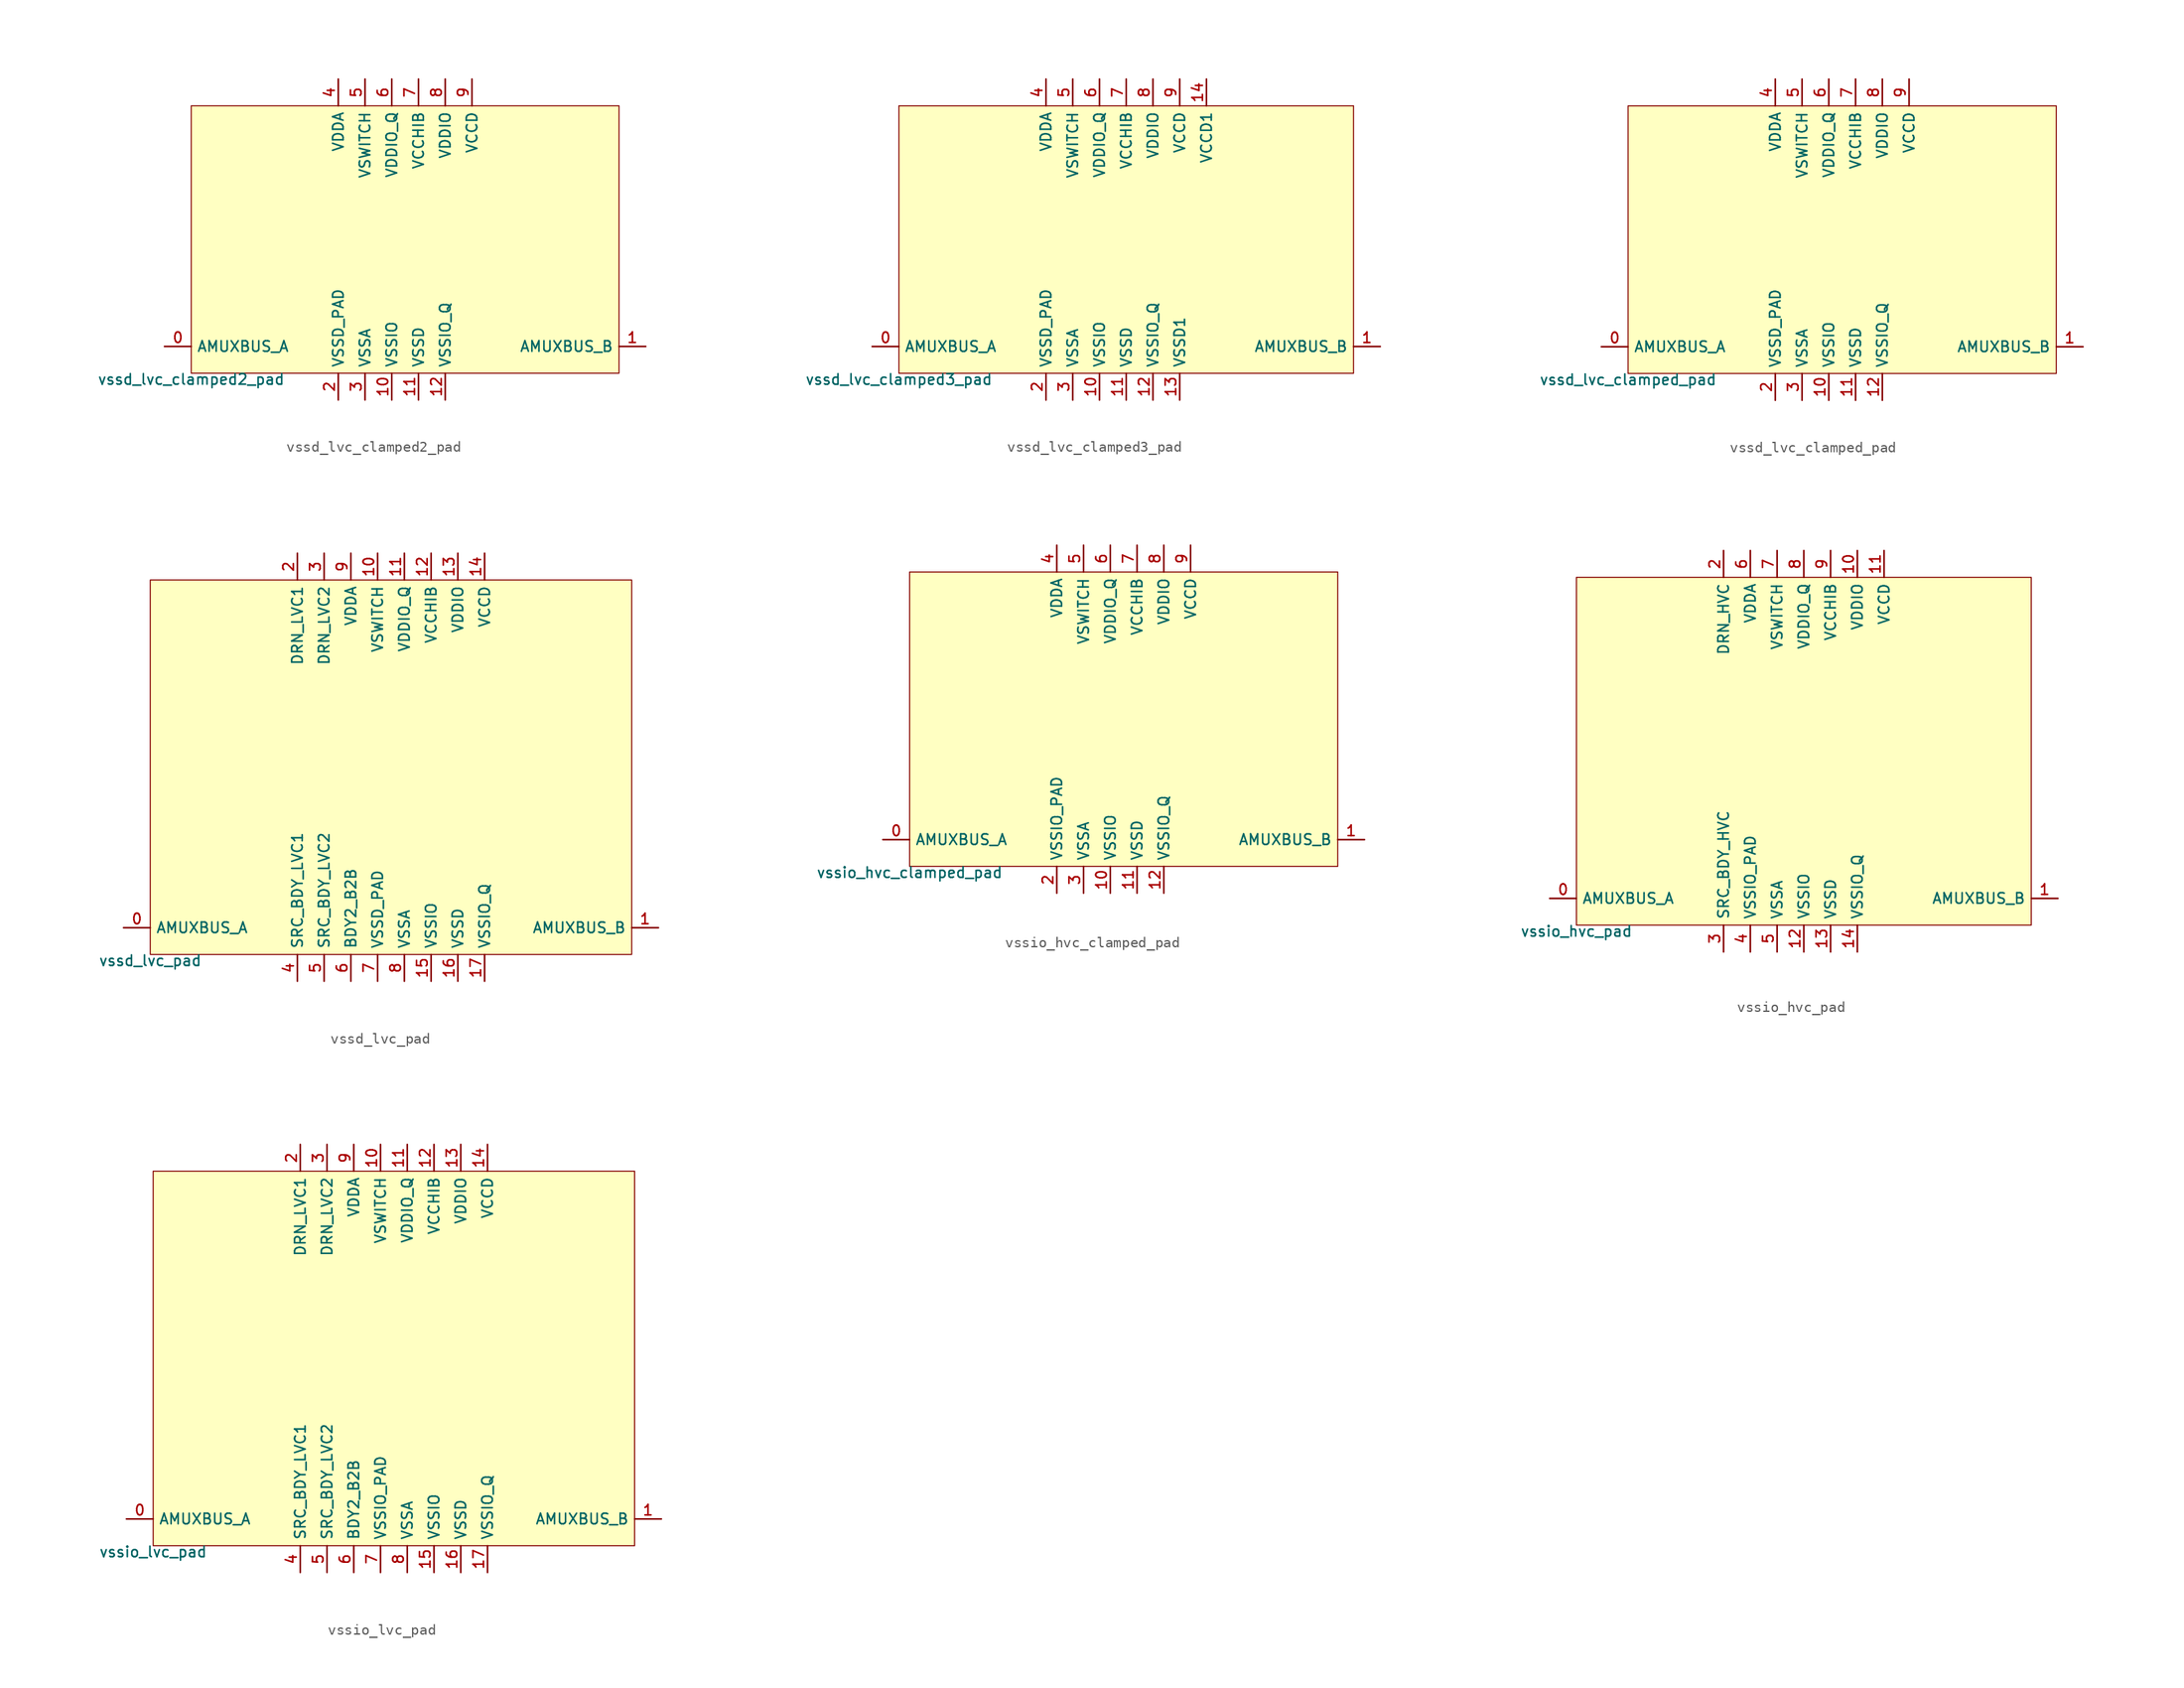
<source format=kicad_sym>
(kicad_symbol_lib
  (version 20211014)
  (generator lef2kicad_sym)
  (symbol "vssd_lvc_clamped2_pad"
    (property "Reference" "CELL"
      (at 0 0 0)
      (effects (font (size 1 1)) hide))
    (property "Value" "vssd_lvc_clamped2_pad"
      (at -20.32 -12.7 0)
      (effects (font (size 1 1)) (justify top)))
    (rectangle
      (start -20.32 -12.7)
      (end 20.32 12.7)
      (stroke (width 0.1) (type solid) (color 0 0 0 0))
      (fill (type background)))
    (pin bidirectional line
      (at -22.86 -10.16 0)
      (length 2.54)
      (name "AMUXBUS_A" (effects (font (size 1 1)) hide))
      (number "0" (effects (font (size 1 1)) hide)))
    (pin bidirectional line
      (at 22.86 -10.16 180)
      (length 2.54)
      (name "AMUXBUS_B" (effects (font (size 1 1)) hide))
      (number "1" (effects (font (size 1 1)) hide)))
    (pin power_in line
      (at -6.35 -15.24 90)
      (length 2.54)
      (name "VSSD_PAD" (effects (font (size 1 1)) hide))
      (number "2" (effects (font (size 1 1)) hide)))
    (pin power_in line
      (at -3.81 -15.24 90)
      (length 2.54)
      (name "VSSA" (effects (font (size 1 1)) hide))
      (number "3" (effects (font (size 1 1)) hide)))
    (pin power_in line
      (at -6.35 15.24 270)
      (length 2.54)
      (name "VDDA" (effects (font (size 1 1)) hide))
      (number "4" (effects (font (size 1 1)) hide)))
    (pin power_in line
      (at -3.81 15.24 270)
      (length 2.54)
      (name "VSWITCH" (effects (font (size 1 1)) hide))
      (number "5" (effects (font (size 1 1)) hide)))
    (pin power_in line
      (at -1.27 15.24 270)
      (length 2.54)
      (name "VDDIO_Q" (effects (font (size 1 1)) hide))
      (number "6" (effects (font (size 1 1)) hide)))
    (pin power_in line
      (at 1.27 15.24 270)
      (length 2.54)
      (name "VCCHIB" (effects (font (size 1 1)) hide))
      (number "7" (effects (font (size 1 1)) hide)))
    (pin power_in line
      (at 3.81 15.24 270)
      (length 2.54)
      (name "VDDIO" (effects (font (size 1 1)) hide))
      (number "8" (effects (font (size 1 1)) hide)))
    (pin power_in line
      (at 6.35 15.24 270)
      (length 2.54)
      (name "VCCD" (effects (font (size 1 1)) hide))
      (number "9" (effects (font (size 1 1)) hide)))
    (pin power_in line
      (at -1.27 -15.24 90)
      (length 2.54)
      (name "VSSIO" (effects (font (size 1 1)) hide))
      (number "10" (effects (font (size 1 1)) hide)))
    (pin power_in line
      (at 1.27 -15.24 90)
      (length 2.54)
      (name "VSSD" (effects (font (size 1 1)) hide))
      (number "11" (effects (font (size 1 1)) hide)))
    (pin power_in line
      (at 3.81 -15.24 90)
      (length 2.54)
      (name "VSSIO_Q" (effects (font (size 1 1)) hide))
      (number "12" (effects (font (size 1 1)) hide))))
  (symbol "vssd_lvc_clamped3_pad"
    (property "Reference" "CELL"
      (at 0 0 0)
      (effects (font (size 1 1)) hide))
    (property "Value" "vssd_lvc_clamped3_pad"
      (at -21.59 -12.7 0)
      (effects (font (size 1 1)) (justify top)))
    (rectangle
      (start -21.59 -12.7)
      (end 21.59 12.7)
      (stroke (width 0.1) (type solid) (color 0 0 0 0))
      (fill (type background)))
    (pin bidirectional line
      (at -24.13 -10.16 0)
      (length 2.54)
      (name "AMUXBUS_A" (effects (font (size 1 1)) hide))
      (number "0" (effects (font (size 1 1)) hide)))
    (pin bidirectional line
      (at 24.13 -10.16 180)
      (length 2.54)
      (name "AMUXBUS_B" (effects (font (size 1 1)) hide))
      (number "1" (effects (font (size 1 1)) hide)))
    (pin power_in line
      (at -7.62 -15.24 90)
      (length 2.54)
      (name "VSSD_PAD" (effects (font (size 1 1)) hide))
      (number "2" (effects (font (size 1 1)) hide)))
    (pin power_in line
      (at -5.08 -15.24 90)
      (length 2.54)
      (name "VSSA" (effects (font (size 1 1)) hide))
      (number "3" (effects (font (size 1 1)) hide)))
    (pin power_in line
      (at -7.62 15.24 270)
      (length 2.54)
      (name "VDDA" (effects (font (size 1 1)) hide))
      (number "4" (effects (font (size 1 1)) hide)))
    (pin power_in line
      (at -5.08 15.24 270)
      (length 2.54)
      (name "VSWITCH" (effects (font (size 1 1)) hide))
      (number "5" (effects (font (size 1 1)) hide)))
    (pin power_in line
      (at -2.54 15.24 270)
      (length 2.54)
      (name "VDDIO_Q" (effects (font (size 1 1)) hide))
      (number "6" (effects (font (size 1 1)) hide)))
    (pin power_in line
      (at 0.0 15.24 270)
      (length 2.54)
      (name "VCCHIB" (effects (font (size 1 1)) hide))
      (number "7" (effects (font (size 1 1)) hide)))
    (pin power_in line
      (at 2.54 15.24 270)
      (length 2.54)
      (name "VDDIO" (effects (font (size 1 1)) hide))
      (number "8" (effects (font (size 1 1)) hide)))
    (pin power_in line
      (at 5.08 15.24 270)
      (length 2.54)
      (name "VCCD" (effects (font (size 1 1)) hide))
      (number "9" (effects (font (size 1 1)) hide)))
    (pin power_in line
      (at -2.54 -15.24 90)
      (length 2.54)
      (name "VSSIO" (effects (font (size 1 1)) hide))
      (number "10" (effects (font (size 1 1)) hide)))
    (pin power_in line
      (at 0.0 -15.24 90)
      (length 2.54)
      (name "VSSD" (effects (font (size 1 1)) hide))
      (number "11" (effects (font (size 1 1)) hide)))
    (pin power_in line
      (at 2.54 -15.24 90)
      (length 2.54)
      (name "VSSIO_Q" (effects (font (size 1 1)) hide))
      (number "12" (effects (font (size 1 1)) hide)))
    (pin power_in line
      (at 5.08 -15.24 90)
      (length 2.54)
      (name "VSSD1" (effects (font (size 1 1)) hide))
      (number "13" (effects (font (size 1 1)) hide)))
    (pin power_in line
      (at 7.62 15.24 270)
      (length 2.54)
      (name "VCCD1" (effects (font (size 1 1)) hide))
      (number "14" (effects (font (size 1 1)) hide))))
  (symbol "vssd_lvc_clamped_pad"
    (property "Reference" "CELL"
      (at 0 0 0)
      (effects (font (size 1 1)) hide))
    (property "Value" "vssd_lvc_clamped_pad"
      (at -20.32 -12.7 0)
      (effects (font (size 1 1)) (justify top)))
    (rectangle
      (start -20.32 -12.7)
      (end 20.32 12.7)
      (stroke (width 0.1) (type solid) (color 0 0 0 0))
      (fill (type background)))
    (pin bidirectional line
      (at -22.86 -10.16 0)
      (length 2.54)
      (name "AMUXBUS_A" (effects (font (size 1 1)) hide))
      (number "0" (effects (font (size 1 1)) hide)))
    (pin bidirectional line
      (at 22.86 -10.16 180)
      (length 2.54)
      (name "AMUXBUS_B" (effects (font (size 1 1)) hide))
      (number "1" (effects (font (size 1 1)) hide)))
    (pin power_in line
      (at -6.35 -15.24 90)
      (length 2.54)
      (name "VSSD_PAD" (effects (font (size 1 1)) hide))
      (number "2" (effects (font (size 1 1)) hide)))
    (pin power_in line
      (at -3.81 -15.24 90)
      (length 2.54)
      (name "VSSA" (effects (font (size 1 1)) hide))
      (number "3" (effects (font (size 1 1)) hide)))
    (pin power_in line
      (at -6.35 15.24 270)
      (length 2.54)
      (name "VDDA" (effects (font (size 1 1)) hide))
      (number "4" (effects (font (size 1 1)) hide)))
    (pin power_in line
      (at -3.81 15.24 270)
      (length 2.54)
      (name "VSWITCH" (effects (font (size 1 1)) hide))
      (number "5" (effects (font (size 1 1)) hide)))
    (pin power_in line
      (at -1.27 15.24 270)
      (length 2.54)
      (name "VDDIO_Q" (effects (font (size 1 1)) hide))
      (number "6" (effects (font (size 1 1)) hide)))
    (pin power_in line
      (at 1.27 15.24 270)
      (length 2.54)
      (name "VCCHIB" (effects (font (size 1 1)) hide))
      (number "7" (effects (font (size 1 1)) hide)))
    (pin power_in line
      (at 3.81 15.24 270)
      (length 2.54)
      (name "VDDIO" (effects (font (size 1 1)) hide))
      (number "8" (effects (font (size 1 1)) hide)))
    (pin power_in line
      (at 6.35 15.24 270)
      (length 2.54)
      (name "VCCD" (effects (font (size 1 1)) hide))
      (number "9" (effects (font (size 1 1)) hide)))
    (pin power_in line
      (at -1.27 -15.24 90)
      (length 2.54)
      (name "VSSIO" (effects (font (size 1 1)) hide))
      (number "10" (effects (font (size 1 1)) hide)))
    (pin power_in line
      (at 1.27 -15.24 90)
      (length 2.54)
      (name "VSSD" (effects (font (size 1 1)) hide))
      (number "11" (effects (font (size 1 1)) hide)))
    (pin power_in line
      (at 3.81 -15.24 90)
      (length 2.54)
      (name "VSSIO_Q" (effects (font (size 1 1)) hide))
      (number "12" (effects (font (size 1 1)) hide))))
  (symbol "vssd_lvc_pad"
    (property "Reference" "CELL"
      (at 0 0 0)
      (effects (font (size 1 1)) hide))
    (property "Value" "vssd_lvc_pad"
      (at -22.86 -17.78 0)
      (effects (font (size 1 1)) (justify top)))
    (rectangle
      (start -22.86 -17.78)
      (end 22.86 17.78)
      (stroke (width 0.1) (type solid) (color 0 0 0 0))
      (fill (type background)))
    (pin bidirectional line
      (at -25.4 -15.24 0)
      (length 2.54)
      (name "AMUXBUS_A" (effects (font (size 1 1)) hide))
      (number "0" (effects (font (size 1 1)) hide)))
    (pin bidirectional line
      (at 25.4 -15.24 180)
      (length 2.54)
      (name "AMUXBUS_B" (effects (font (size 1 1)) hide))
      (number "1" (effects (font (size 1 1)) hide)))
    (pin power_in line
      (at -8.89 20.32 270)
      (length 2.54)
      (name "DRN_LVC1" (effects (font (size 1 1)) hide))
      (number "2" (effects (font (size 1 1)) hide)))
    (pin power_in line
      (at -6.35 20.32 270)
      (length 2.54)
      (name "DRN_LVC2" (effects (font (size 1 1)) hide))
      (number "3" (effects (font (size 1 1)) hide)))
    (pin power_in line
      (at -8.89 -20.32 90)
      (length 2.54)
      (name "SRC_BDY_LVC1" (effects (font (size 1 1)) hide))
      (number "4" (effects (font (size 1 1)) hide)))
    (pin power_in line
      (at -6.35 -20.32 90)
      (length 2.54)
      (name "SRC_BDY_LVC2" (effects (font (size 1 1)) hide))
      (number "5" (effects (font (size 1 1)) hide)))
    (pin power_in line
      (at -3.81 -20.32 90)
      (length 2.54)
      (name "BDY2_B2B" (effects (font (size 1 1)) hide))
      (number "6" (effects (font (size 1 1)) hide)))
    (pin power_in line
      (at -1.27 -20.32 90)
      (length 2.54)
      (name "VSSD_PAD" (effects (font (size 1 1)) hide))
      (number "7" (effects (font (size 1 1)) hide)))
    (pin power_in line
      (at 1.27 -20.32 90)
      (length 2.54)
      (name "VSSA" (effects (font (size 1 1)) hide))
      (number "8" (effects (font (size 1 1)) hide)))
    (pin power_in line
      (at -3.81 20.32 270)
      (length 2.54)
      (name "VDDA" (effects (font (size 1 1)) hide))
      (number "9" (effects (font (size 1 1)) hide)))
    (pin power_in line
      (at -1.27 20.32 270)
      (length 2.54)
      (name "VSWITCH" (effects (font (size 1 1)) hide))
      (number "10" (effects (font (size 1 1)) hide)))
    (pin power_in line
      (at 1.27 20.32 270)
      (length 2.54)
      (name "VDDIO_Q" (effects (font (size 1 1)) hide))
      (number "11" (effects (font (size 1 1)) hide)))
    (pin power_in line
      (at 3.81 20.32 270)
      (length 2.54)
      (name "VCCHIB" (effects (font (size 1 1)) hide))
      (number "12" (effects (font (size 1 1)) hide)))
    (pin power_in line
      (at 6.35 20.32 270)
      (length 2.54)
      (name "VDDIO" (effects (font (size 1 1)) hide))
      (number "13" (effects (font (size 1 1)) hide)))
    (pin power_in line
      (at 8.89 20.32 270)
      (length 2.54)
      (name "VCCD" (effects (font (size 1 1)) hide))
      (number "14" (effects (font (size 1 1)) hide)))
    (pin power_in line
      (at 3.81 -20.32 90)
      (length 2.54)
      (name "VSSIO" (effects (font (size 1 1)) hide))
      (number "15" (effects (font (size 1 1)) hide)))
    (pin power_in line
      (at 6.35 -20.32 90)
      (length 2.54)
      (name "VSSD" (effects (font (size 1 1)) hide))
      (number "16" (effects (font (size 1 1)) hide)))
    (pin power_in line
      (at 8.89 -20.32 90)
      (length 2.54)
      (name "VSSIO_Q" (effects (font (size 1 1)) hide))
      (number "17" (effects (font (size 1 1)) hide))))
  (symbol "vssio_hvc_clamped_pad"
    (property "Reference" "CELL"
      (at 0 0 0)
      (effects (font (size 1 1)) hide))
    (property "Value" "vssio_hvc_clamped_pad"
      (at -20.32 -13.97 0)
      (effects (font (size 1 1)) (justify top)))
    (rectangle
      (start -20.32 -13.97)
      (end 20.32 13.97)
      (stroke (width 0.1) (type solid) (color 0 0 0 0))
      (fill (type background)))
    (pin bidirectional line
      (at -22.86 -11.43 0)
      (length 2.54)
      (name "AMUXBUS_A" (effects (font (size 1 1)) hide))
      (number "0" (effects (font (size 1 1)) hide)))
    (pin bidirectional line
      (at 22.86 -11.43 180)
      (length 2.54)
      (name "AMUXBUS_B" (effects (font (size 1 1)) hide))
      (number "1" (effects (font (size 1 1)) hide)))
    (pin power_in line
      (at -6.35 -16.51 90)
      (length 2.54)
      (name "VSSIO_PAD" (effects (font (size 1 1)) hide))
      (number "2" (effects (font (size 1 1)) hide)))
    (pin power_in line
      (at -3.81 -16.51 90)
      (length 2.54)
      (name "VSSA" (effects (font (size 1 1)) hide))
      (number "3" (effects (font (size 1 1)) hide)))
    (pin power_in line
      (at -6.35 16.51 270)
      (length 2.54)
      (name "VDDA" (effects (font (size 1 1)) hide))
      (number "4" (effects (font (size 1 1)) hide)))
    (pin power_in line
      (at -3.81 16.51 270)
      (length 2.54)
      (name "VSWITCH" (effects (font (size 1 1)) hide))
      (number "5" (effects (font (size 1 1)) hide)))
    (pin power_in line
      (at -1.27 16.51 270)
      (length 2.54)
      (name "VDDIO_Q" (effects (font (size 1 1)) hide))
      (number "6" (effects (font (size 1 1)) hide)))
    (pin power_in line
      (at 1.27 16.51 270)
      (length 2.54)
      (name "VCCHIB" (effects (font (size 1 1)) hide))
      (number "7" (effects (font (size 1 1)) hide)))
    (pin power_in line
      (at 3.81 16.51 270)
      (length 2.54)
      (name "VDDIO" (effects (font (size 1 1)) hide))
      (number "8" (effects (font (size 1 1)) hide)))
    (pin power_in line
      (at 6.35 16.51 270)
      (length 2.54)
      (name "VCCD" (effects (font (size 1 1)) hide))
      (number "9" (effects (font (size 1 1)) hide)))
    (pin power_in line
      (at -1.27 -16.51 90)
      (length 2.54)
      (name "VSSIO" (effects (font (size 1 1)) hide))
      (number "10" (effects (font (size 1 1)) hide)))
    (pin power_in line
      (at 1.27 -16.51 90)
      (length 2.54)
      (name "VSSD" (effects (font (size 1 1)) hide))
      (number "11" (effects (font (size 1 1)) hide)))
    (pin power_in line
      (at 3.81 -16.51 90)
      (length 2.54)
      (name "VSSIO_Q" (effects (font (size 1 1)) hide))
      (number "12" (effects (font (size 1 1)) hide))))
  (symbol "vssio_hvc_pad"
    (property "Reference" "CELL"
      (at 0 0 0)
      (effects (font (size 1 1)) hide))
    (property "Value" "vssio_hvc_pad"
      (at -21.59 -16.51 0)
      (effects (font (size 1 1)) (justify top)))
    (rectangle
      (start -21.59 -16.51)
      (end 21.59 16.51)
      (stroke (width 0.1) (type solid) (color 0 0 0 0))
      (fill (type background)))
    (pin bidirectional line
      (at -24.13 -13.97 0)
      (length 2.54)
      (name "AMUXBUS_A" (effects (font (size 1 1)) hide))
      (number "0" (effects (font (size 1 1)) hide)))
    (pin bidirectional line
      (at 24.13 -13.97 180)
      (length 2.54)
      (name "AMUXBUS_B" (effects (font (size 1 1)) hide))
      (number "1" (effects (font (size 1 1)) hide)))
    (pin power_in line
      (at -7.62 19.05 270)
      (length 2.54)
      (name "DRN_HVC" (effects (font (size 1 1)) hide))
      (number "2" (effects (font (size 1 1)) hide)))
    (pin power_in line
      (at -7.62 -19.05 90)
      (length 2.54)
      (name "SRC_BDY_HVC" (effects (font (size 1 1)) hide))
      (number "3" (effects (font (size 1 1)) hide)))
    (pin power_in line
      (at -5.08 -19.05 90)
      (length 2.54)
      (name "VSSIO_PAD" (effects (font (size 1 1)) hide))
      (number "4" (effects (font (size 1 1)) hide)))
    (pin power_in line
      (at -2.54 -19.05 90)
      (length 2.54)
      (name "VSSA" (effects (font (size 1 1)) hide))
      (number "5" (effects (font (size 1 1)) hide)))
    (pin power_in line
      (at -5.08 19.05 270)
      (length 2.54)
      (name "VDDA" (effects (font (size 1 1)) hide))
      (number "6" (effects (font (size 1 1)) hide)))
    (pin power_in line
      (at -2.54 19.05 270)
      (length 2.54)
      (name "VSWITCH" (effects (font (size 1 1)) hide))
      (number "7" (effects (font (size 1 1)) hide)))
    (pin power_in line
      (at 0.0 19.05 270)
      (length 2.54)
      (name "VDDIO_Q" (effects (font (size 1 1)) hide))
      (number "8" (effects (font (size 1 1)) hide)))
    (pin power_in line
      (at 2.54 19.05 270)
      (length 2.54)
      (name "VCCHIB" (effects (font (size 1 1)) hide))
      (number "9" (effects (font (size 1 1)) hide)))
    (pin power_in line
      (at 5.08 19.05 270)
      (length 2.54)
      (name "VDDIO" (effects (font (size 1 1)) hide))
      (number "10" (effects (font (size 1 1)) hide)))
    (pin power_in line
      (at 7.62 19.05 270)
      (length 2.54)
      (name "VCCD" (effects (font (size 1 1)) hide))
      (number "11" (effects (font (size 1 1)) hide)))
    (pin power_in line
      (at 0.0 -19.05 90)
      (length 2.54)
      (name "VSSIO" (effects (font (size 1 1)) hide))
      (number "12" (effects (font (size 1 1)) hide)))
    (pin power_in line
      (at 2.54 -19.05 90)
      (length 2.54)
      (name "VSSD" (effects (font (size 1 1)) hide))
      (number "13" (effects (font (size 1 1)) hide)))
    (pin power_in line
      (at 5.08 -19.05 90)
      (length 2.54)
      (name "VSSIO_Q" (effects (font (size 1 1)) hide))
      (number "14" (effects (font (size 1 1)) hide))))
  (symbol "vssio_lvc_pad"
    (property "Reference" "CELL"
      (at 0 0 0)
      (effects (font (size 1 1)) hide))
    (property "Value" "vssio_lvc_pad"
      (at -22.86 -17.78 0)
      (effects (font (size 1 1)) (justify top)))
    (rectangle
      (start -22.86 -17.78)
      (end 22.86 17.78)
      (stroke (width 0.1) (type solid) (color 0 0 0 0))
      (fill (type background)))
    (pin bidirectional line
      (at -25.4 -15.24 0)
      (length 2.54)
      (name "AMUXBUS_A" (effects (font (size 1 1)) hide))
      (number "0" (effects (font (size 1 1)) hide)))
    (pin bidirectional line
      (at 25.4 -15.24 180)
      (length 2.54)
      (name "AMUXBUS_B" (effects (font (size 1 1)) hide))
      (number "1" (effects (font (size 1 1)) hide)))
    (pin power_in line
      (at -8.89 20.32 270)
      (length 2.54)
      (name "DRN_LVC1" (effects (font (size 1 1)) hide))
      (number "2" (effects (font (size 1 1)) hide)))
    (pin power_in line
      (at -6.35 20.32 270)
      (length 2.54)
      (name "DRN_LVC2" (effects (font (size 1 1)) hide))
      (number "3" (effects (font (size 1 1)) hide)))
    (pin power_in line
      (at -8.89 -20.32 90)
      (length 2.54)
      (name "SRC_BDY_LVC1" (effects (font (size 1 1)) hide))
      (number "4" (effects (font (size 1 1)) hide)))
    (pin power_in line
      (at -6.35 -20.32 90)
      (length 2.54)
      (name "SRC_BDY_LVC2" (effects (font (size 1 1)) hide))
      (number "5" (effects (font (size 1 1)) hide)))
    (pin power_in line
      (at -3.81 -20.32 90)
      (length 2.54)
      (name "BDY2_B2B" (effects (font (size 1 1)) hide))
      (number "6" (effects (font (size 1 1)) hide)))
    (pin power_in line
      (at -1.27 -20.32 90)
      (length 2.54)
      (name "VSSIO_PAD" (effects (font (size 1 1)) hide))
      (number "7" (effects (font (size 1 1)) hide)))
    (pin power_in line
      (at 1.27 -20.32 90)
      (length 2.54)
      (name "VSSA" (effects (font (size 1 1)) hide))
      (number "8" (effects (font (size 1 1)) hide)))
    (pin power_in line
      (at -3.81 20.32 270)
      (length 2.54)
      (name "VDDA" (effects (font (size 1 1)) hide))
      (number "9" (effects (font (size 1 1)) hide)))
    (pin power_in line
      (at -1.27 20.32 270)
      (length 2.54)
      (name "VSWITCH" (effects (font (size 1 1)) hide))
      (number "10" (effects (font (size 1 1)) hide)))
    (pin power_in line
      (at 1.27 20.32 270)
      (length 2.54)
      (name "VDDIO_Q" (effects (font (size 1 1)) hide))
      (number "11" (effects (font (size 1 1)) hide)))
    (pin power_in line
      (at 3.81 20.32 270)
      (length 2.54)
      (name "VCCHIB" (effects (font (size 1 1)) hide))
      (number "12" (effects (font (size 1 1)) hide)))
    (pin power_in line
      (at 6.35 20.32 270)
      (length 2.54)
      (name "VDDIO" (effects (font (size 1 1)) hide))
      (number "13" (effects (font (size 1 1)) hide)))
    (pin power_in line
      (at 8.89 20.32 270)
      (length 2.54)
      (name "VCCD" (effects (font (size 1 1)) hide))
      (number "14" (effects (font (size 1 1)) hide)))
    (pin power_in line
      (at 3.81 -20.32 90)
      (length 2.54)
      (name "VSSIO" (effects (font (size 1 1)) hide))
      (number "15" (effects (font (size 1 1)) hide)))
    (pin power_in line
      (at 6.35 -20.32 90)
      (length 2.54)
      (name "VSSD" (effects (font (size 1 1)) hide))
      (number "16" (effects (font (size 1 1)) hide)))
    (pin power_in line
      (at 8.89 -20.32 90)
      (length 2.54)
      (name "VSSIO_Q" (effects (font (size 1 1)) hide))
      (number "17" (effects (font (size 1 1)) hide)))))
</source>
